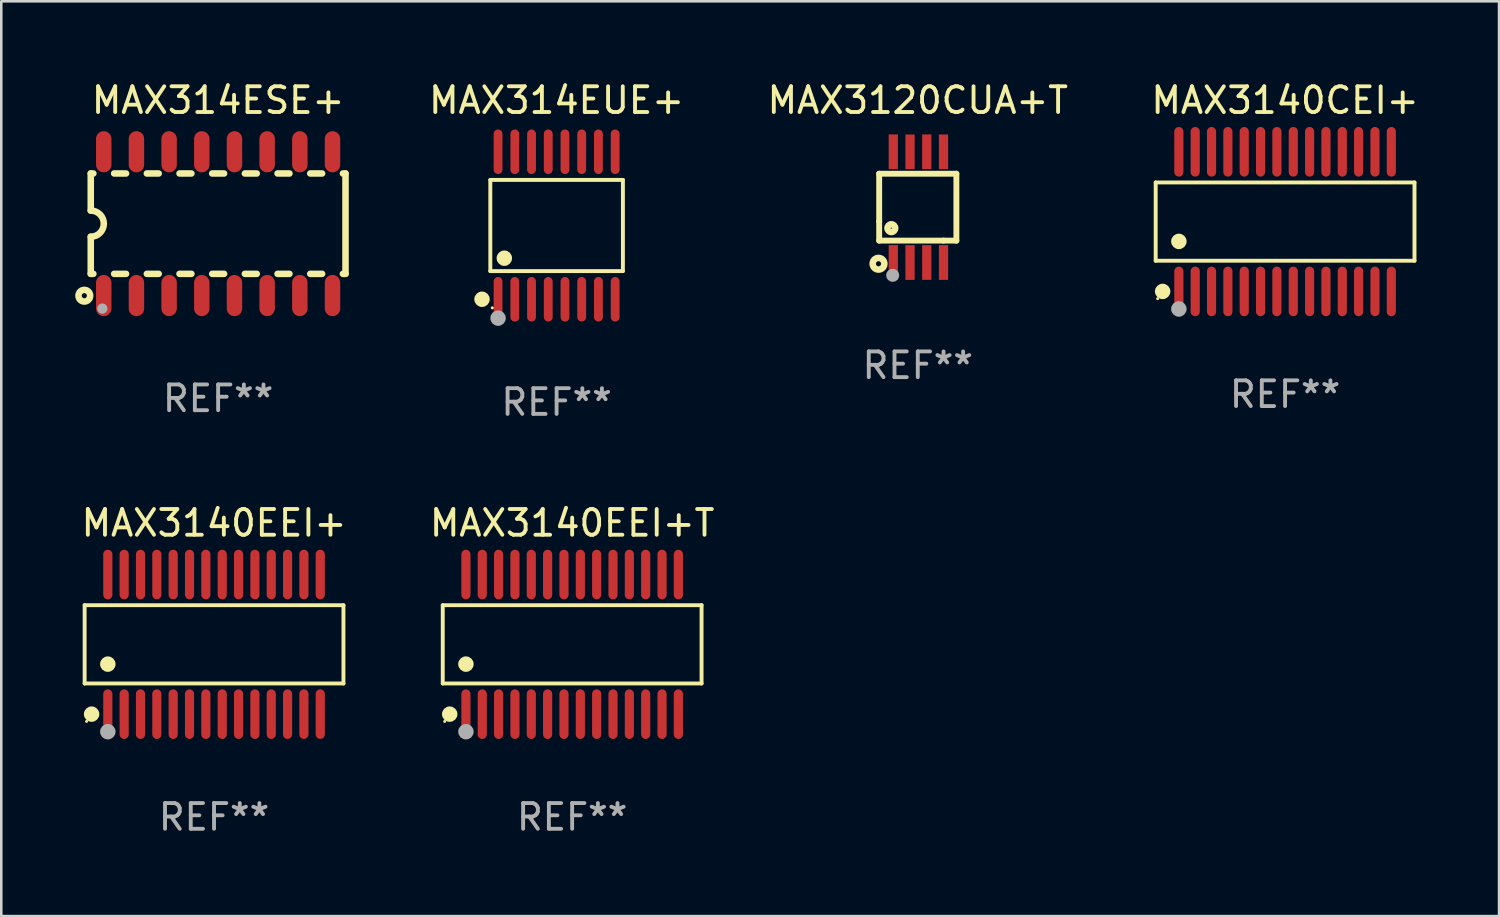
<source format=kicad_pcb>
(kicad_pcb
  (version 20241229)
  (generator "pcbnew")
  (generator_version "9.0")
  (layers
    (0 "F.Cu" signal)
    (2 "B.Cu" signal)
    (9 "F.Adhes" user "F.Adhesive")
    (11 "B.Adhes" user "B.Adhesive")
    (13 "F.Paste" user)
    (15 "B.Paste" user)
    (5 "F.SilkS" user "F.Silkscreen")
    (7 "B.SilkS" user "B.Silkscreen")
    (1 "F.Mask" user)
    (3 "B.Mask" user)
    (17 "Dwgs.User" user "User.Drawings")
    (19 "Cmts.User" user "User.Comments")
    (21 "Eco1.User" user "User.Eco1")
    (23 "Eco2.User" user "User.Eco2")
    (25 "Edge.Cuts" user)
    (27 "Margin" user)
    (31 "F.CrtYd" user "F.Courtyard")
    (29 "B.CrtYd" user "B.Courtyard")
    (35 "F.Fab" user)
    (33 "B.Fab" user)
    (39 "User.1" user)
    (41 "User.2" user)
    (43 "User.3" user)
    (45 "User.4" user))
  (footprint "MAX3140EEI+T"
    (layer "F.Cu")
    (at 19.185 21.99)
    (property "Reference" "MAX3140EEI+T" (at 0 -4.713 0) (layer "F.SilkS") (effects (font (size 1 1) (thickness 0.15))))
    (attr through_hole)
    (fp_line (start -5.029 -1.521) (end 5.029 -1.521) (stroke (width 0.152) (type solid)) (layer "F.SilkS"))
    (fp_line (start -5.029 1.521) (end -5.029 -1.521) (stroke (width 0.152) (type solid)) (layer "F.SilkS"))
    (fp_line (start 5.029 -1.521) (end 5.029 1.521) (stroke (width 0.152) (type solid)) (layer "F.SilkS"))
    (fp_line (start 5.029 1.521) (end -5.029 1.521) (stroke (width 0.152) (type solid)) (layer "F.SilkS"))
    (fp_circle (center -4.953 2.995) (end -4.923 2.995) (stroke (width 0.06) (type solid)) (fill no) (layer "F.SilkS"))
    (fp_circle (center -4.758 2.713) (end -4.608 2.713) (stroke (width 0.3) (type solid)) (fill no) (layer "F.SilkS"))
    (fp_circle (center -4.128 0.769) (end -3.977 0.769) (stroke (width 0.3) (type solid)) (fill no) (layer "F.SilkS"))
    (fp_circle (center -4.128 3.395) (end -3.977 3.395) (stroke (width 0.3) (type solid)) (fill no) (layer "F.Fab"))
    (fp_text user "REF**" (at 0 6.713 0) (layer "F.Fab") (effects (font (size 1 1) (thickness 0.15))))
    (pad "1" smd oval (at -4.128 2.713) (size 0.356 1.927) (layers "F.Cu" "F.Mask" "F.Paste"))
    (pad "2" smd oval (at -3.493 2.713) (size 0.356 1.927) (layers "F.Cu" "F.Mask" "F.Paste"))
    (pad "3" smd oval (at -2.858 2.713) (size 0.356 1.927) (layers "F.Cu" "F.Mask" "F.Paste"))
    (pad "4" smd oval (at -2.223 2.713) (size 0.356 1.927) (layers "F.Cu" "F.Mask" "F.Paste"))
    (pad "5" smd oval (at -1.588 2.713) (size 0.356 1.927) (layers "F.Cu" "F.Mask" "F.Paste"))
    (pad "6" smd oval (at -0.953 2.713) (size 0.356 1.927) (layers "F.Cu" "F.Mask" "F.Paste"))
    (pad "7" smd oval (at -0.318 2.713) (size 0.356 1.927) (layers "F.Cu" "F.Mask" "F.Paste"))
    (pad "8" smd oval (at 0.318 2.713) (size 0.356 1.927) (layers "F.Cu" "F.Mask" "F.Paste"))
    (pad "9" smd oval (at 0.953 2.713) (size 0.356 1.927) (layers "F.Cu" "F.Mask" "F.Paste"))
    (pad "10" smd oval (at 1.588 2.713) (size 0.356 1.927) (layers "F.Cu" "F.Mask" "F.Paste"))
    (pad "11" smd oval (at 2.223 2.713) (size 0.356 1.927) (layers "F.Cu" "F.Mask" "F.Paste"))
    (pad "12" smd oval (at 2.858 2.713) (size 0.356 1.927) (layers "F.Cu" "F.Mask" "F.Paste"))
    (pad "13" smd oval (at 3.493 2.713) (size 0.356 1.927) (layers "F.Cu" "F.Mask" "F.Paste"))
    (pad "14" smd oval (at 4.128 2.713) (size 0.356 1.927) (layers "F.Cu" "F.Mask" "F.Paste"))
    (pad "15" smd oval (at 4.128 -2.713) (size 0.356 1.927) (layers "F.Cu" "F.Mask" "F.Paste"))
    (pad "16" smd oval (at 3.493 -2.713) (size 0.356 1.927) (layers "F.Cu" "F.Mask" "F.Paste"))
    (pad "17" smd oval (at 2.858 -2.713) (size 0.356 1.927) (layers "F.Cu" "F.Mask" "F.Paste"))
    (pad "18" smd oval (at 2.223 -2.713) (size 0.356 1.927) (layers "F.Cu" "F.Mask" "F.Paste"))
    (pad "19" smd oval (at 1.588 -2.713) (size 0.356 1.927) (layers "F.Cu" "F.Mask" "F.Paste"))
    (pad "20" smd oval (at 0.953 -2.713) (size 0.356 1.927) (layers "F.Cu" "F.Mask" "F.Paste"))
    (pad "21" smd oval (at 0.318 -2.713) (size 0.356 1.927) (layers "F.Cu" "F.Mask" "F.Paste"))
    (pad "22" smd oval (at -0.318 -2.713) (size 0.356 1.927) (layers "F.Cu" "F.Mask" "F.Paste"))
    (pad "23" smd oval (at -0.953 -2.713) (size 0.356 1.927) (layers "F.Cu" "F.Mask" "F.Paste"))
    (pad "24" smd oval (at -1.588 -2.713) (size 0.356 1.927) (layers "F.Cu" "F.Mask" "F.Paste"))
    (pad "25" smd oval (at -2.223 -2.713) (size 0.356 1.927) (layers "F.Cu" "F.Mask" "F.Paste"))
    (pad "26" smd oval (at -2.858 -2.713) (size 0.356 1.927) (layers "F.Cu" "F.Mask" "F.Paste"))
    (pad "27" smd oval (at -3.493 -2.713) (size 0.356 1.927) (layers "F.Cu" "F.Mask" "F.Paste"))
    (pad "28" smd oval (at -4.128 -2.713) (size 0.356 1.927) (layers "F.Cu" "F.Mask" "F.Paste")))
  (footprint "MAX314EUE+"
    (layer "F.Cu")
    (at 18.581 5.714)
    (property "Reference" "MAX314EUE+" (at 0 -4.866 0) (layer "F.SilkS") (effects (font (size 1 1) (thickness 0.15))))
    (attr through_hole)
    (fp_line (start -2.576 -1.772) (end 2.576 -1.772) (stroke (width 0.152) (type solid)) (layer "F.SilkS"))
    (fp_line (start -2.576 1.771) (end -2.576 -1.772) (stroke (width 0.152) (type solid)) (layer "F.SilkS"))
    (fp_line (start 2.576 -1.772) (end 2.576 1.771) (stroke (width 0.152) (type solid)) (layer "F.SilkS"))
    (fp_line (start 2.576 1.771) (end -2.576 1.771) (stroke (width 0.152) (type solid)) (layer "F.SilkS"))
    (fp_circle (center -2.899 2.866) (end -2.749 2.866) (stroke (width 0.3) (type solid)) (fill no) (layer "F.SilkS"))
    (fp_circle (center -2.5 3.2) (end -2.47 3.2) (stroke (width 0.06) (type solid)) (fill no) (layer "F.SilkS"))
    (fp_circle (center -2.032 1.27) (end -1.882 1.27) (stroke (width 0.3) (type solid)) (fill no) (layer "F.SilkS"))
    (fp_circle (center -2.275 3.6) (end -2.125 3.6) (stroke (width 0.3) (type solid)) (fill no) (layer "F.Fab"))
    (fp_text user "REF**" (at 0 6.866 0) (layer "F.Fab") (effects (font (size 1 1) (thickness 0.15))))
    (pad "1" smd oval (at -2.275 2.866) (size 0.343 1.731) (layers "F.Cu" "F.Mask" "F.Paste"))
    (pad "2" smd oval (at -1.625 2.866) (size 0.343 1.731) (layers "F.Cu" "F.Mask" "F.Paste"))
    (pad "3" smd oval (at -0.975 2.866) (size 0.343 1.731) (layers "F.Cu" "F.Mask" "F.Paste"))
    (pad "4" smd oval (at -0.325 2.866) (size 0.343 1.731) (layers "F.Cu" "F.Mask" "F.Paste"))
    (pad "5" smd oval (at 0.325 2.866) (size 0.343 1.731) (layers "F.Cu" "F.Mask" "F.Paste"))
    (pad "6" smd oval (at 0.975 2.866) (size 0.343 1.731) (layers "F.Cu" "F.Mask" "F.Paste"))
    (pad "7" smd oval (at 1.625 2.866) (size 0.343 1.731) (layers "F.Cu" "F.Mask" "F.Paste"))
    (pad "8" smd oval (at 2.275 2.866) (size 0.343 1.731) (layers "F.Cu" "F.Mask" "F.Paste"))
    (pad "9" smd oval (at 2.275 -2.866) (size 0.343 1.731) (layers "F.Cu" "F.Mask" "F.Paste"))
    (pad "10" smd oval (at 1.625 -2.866) (size 0.343 1.731) (layers "F.Cu" "F.Mask" "F.Paste"))
    (pad "11" smd oval (at 0.975 -2.866) (size 0.343 1.731) (layers "F.Cu" "F.Mask" "F.Paste"))
    (pad "12" smd oval (at 0.325 -2.866) (size 0.343 1.731) (layers "F.Cu" "F.Mask" "F.Paste"))
    (pad "13" smd oval (at -0.325 -2.866) (size 0.343 1.731) (layers "F.Cu" "F.Mask" "F.Paste"))
    (pad "14" smd oval (at -0.975 -2.866) (size 0.343 1.731) (layers "F.Cu" "F.Mask" "F.Paste"))
    (pad "15" smd oval (at -1.625 -2.866) (size 0.343 1.731) (layers "F.Cu" "F.Mask" "F.Paste"))
    (pad "16" smd oval (at -2.275 -2.866) (size 0.343 1.731) (layers "F.Cu" "F.Mask" "F.Paste")))
  (footprint "MAX3140EEI+"
    (layer "F.Cu")
    (at 5.268 21.99)
    (property "Reference" "MAX3140EEI+" (at 0 -4.713 0) (layer "F.SilkS") (effects (font (size 1 1) (thickness 0.15))))
    (attr through_hole)
    (fp_line (start -5.029 -1.521) (end 5.029 -1.521) (stroke (width 0.152) (type solid)) (layer "F.SilkS"))
    (fp_line (start -5.029 1.521) (end -5.029 -1.521) (stroke (width 0.152) (type solid)) (layer "F.SilkS"))
    (fp_line (start 5.029 -1.521) (end 5.029 1.521) (stroke (width 0.152) (type solid)) (layer "F.SilkS"))
    (fp_line (start 5.029 1.521) (end -5.029 1.521) (stroke (width 0.152) (type solid)) (layer "F.SilkS"))
    (fp_circle (center -4.953 2.995) (end -4.923 2.995) (stroke (width 0.06) (type solid)) (fill no) (layer "F.SilkS"))
    (fp_circle (center -4.758 2.713) (end -4.608 2.713) (stroke (width 0.3) (type solid)) (fill no) (layer "F.SilkS"))
    (fp_circle (center -4.128 0.769) (end -3.977 0.769) (stroke (width 0.3) (type solid)) (fill no) (layer "F.SilkS"))
    (fp_circle (center -4.128 3.395) (end -3.977 3.395) (stroke (width 0.3) (type solid)) (fill no) (layer "F.Fab"))
    (fp_text user "REF**" (at 0 6.713 0) (layer "F.Fab") (effects (font (size 1 1) (thickness 0.15))))
    (pad "1" smd oval (at -4.128 2.713) (size 0.356 1.927) (layers "F.Cu" "F.Mask" "F.Paste"))
    (pad "2" smd oval (at -3.493 2.713) (size 0.356 1.927) (layers "F.Cu" "F.Mask" "F.Paste"))
    (pad "3" smd oval (at -2.858 2.713) (size 0.356 1.927) (layers "F.Cu" "F.Mask" "F.Paste"))
    (pad "4" smd oval (at -2.223 2.713) (size 0.356 1.927) (layers "F.Cu" "F.Mask" "F.Paste"))
    (pad "5" smd oval (at -1.588 2.713) (size 0.356 1.927) (layers "F.Cu" "F.Mask" "F.Paste"))
    (pad "6" smd oval (at -0.953 2.713) (size 0.356 1.927) (layers "F.Cu" "F.Mask" "F.Paste"))
    (pad "7" smd oval (at -0.318 2.713) (size 0.356 1.927) (layers "F.Cu" "F.Mask" "F.Paste"))
    (pad "8" smd oval (at 0.318 2.713) (size 0.356 1.927) (layers "F.Cu" "F.Mask" "F.Paste"))
    (pad "9" smd oval (at 0.953 2.713) (size 0.356 1.927) (layers "F.Cu" "F.Mask" "F.Paste"))
    (pad "10" smd oval (at 1.588 2.713) (size 0.356 1.927) (layers "F.Cu" "F.Mask" "F.Paste"))
    (pad "11" smd oval (at 2.223 2.713) (size 0.356 1.927) (layers "F.Cu" "F.Mask" "F.Paste"))
    (pad "12" smd oval (at 2.858 2.713) (size 0.356 1.927) (layers "F.Cu" "F.Mask" "F.Paste"))
    (pad "13" smd oval (at 3.493 2.713) (size 0.356 1.927) (layers "F.Cu" "F.Mask" "F.Paste"))
    (pad "14" smd oval (at 4.128 2.713) (size 0.356 1.927) (layers "F.Cu" "F.Mask" "F.Paste"))
    (pad "15" smd oval (at 4.128 -2.713) (size 0.356 1.927) (layers "F.Cu" "F.Mask" "F.Paste"))
    (pad "16" smd oval (at 3.493 -2.713) (size 0.356 1.927) (layers "F.Cu" "F.Mask" "F.Paste"))
    (pad "17" smd oval (at 2.858 -2.713) (size 0.356 1.927) (layers "F.Cu" "F.Mask" "F.Paste"))
    (pad "18" smd oval (at 2.223 -2.713) (size 0.356 1.927) (layers "F.Cu" "F.Mask" "F.Paste"))
    (pad "19" smd oval (at 1.588 -2.713) (size 0.356 1.927) (layers "F.Cu" "F.Mask" "F.Paste"))
    (pad "20" smd oval (at 0.953 -2.713) (size 0.356 1.927) (layers "F.Cu" "F.Mask" "F.Paste"))
    (pad "21" smd oval (at 0.318 -2.713) (size 0.356 1.927) (layers "F.Cu" "F.Mask" "F.Paste"))
    (pad "22" smd oval (at -0.318 -2.713) (size 0.356 1.927) (layers "F.Cu" "F.Mask" "F.Paste"))
    (pad "23" smd oval (at -0.953 -2.713) (size 0.356 1.927) (layers "F.Cu" "F.Mask" "F.Paste"))
    (pad "24" smd oval (at -1.588 -2.713) (size 0.356 1.927) (layers "F.Cu" "F.Mask" "F.Paste"))
    (pad "25" smd oval (at -2.223 -2.713) (size 0.356 1.927) (layers "F.Cu" "F.Mask" "F.Paste"))
    (pad "26" smd oval (at -2.858 -2.713) (size 0.356 1.927) (layers "F.Cu" "F.Mask" "F.Paste"))
    (pad "27" smd oval (at -3.493 -2.713) (size 0.356 1.927) (layers "F.Cu" "F.Mask" "F.Paste"))
    (pad "28" smd oval (at -4.128 -2.713) (size 0.356 1.927) (layers "F.Cu" "F.Mask" "F.Paste")))
  (footprint "MAX3140CEI+"
    (layer "F.Cu")
    (at 46.891 5.562)
    (property "Reference" "MAX3140CEI+" (at 0 -4.713 0) (layer "F.SilkS") (effects (font (size 1 1) (thickness 0.15))))
    (attr through_hole)
    (fp_line (start -5.029 -1.521) (end 5.029 -1.521) (stroke (width 0.152) (type solid)) (layer "F.SilkS"))
    (fp_line (start -5.029 1.521) (end -5.029 -1.521) (stroke (width 0.152) (type solid)) (layer "F.SilkS"))
    (fp_line (start 5.029 -1.521) (end 5.029 1.521) (stroke (width 0.152) (type solid)) (layer "F.SilkS"))
    (fp_line (start 5.029 1.521) (end -5.029 1.521) (stroke (width 0.152) (type solid)) (layer "F.SilkS"))
    (fp_circle (center -4.953 2.995) (end -4.923 2.995) (stroke (width 0.06) (type solid)) (fill no) (layer "F.SilkS"))
    (fp_circle (center -4.758 2.713) (end -4.608 2.713) (stroke (width 0.3) (type solid)) (fill no) (layer "F.SilkS"))
    (fp_circle (center -4.128 0.769) (end -3.977 0.769) (stroke (width 0.3) (type solid)) (fill no) (layer "F.SilkS"))
    (fp_circle (center -4.128 3.395) (end -3.977 3.395) (stroke (width 0.3) (type solid)) (fill no) (layer "F.Fab"))
    (fp_text user "REF**" (at 0 6.713 0) (layer "F.Fab") (effects (font (size 1 1) (thickness 0.15))))
    (pad "1" smd oval (at -4.128 2.713) (size 0.356 1.927) (layers "F.Cu" "F.Mask" "F.Paste"))
    (pad "2" smd oval (at -3.493 2.713) (size 0.356 1.927) (layers "F.Cu" "F.Mask" "F.Paste"))
    (pad "3" smd oval (at -2.858 2.713) (size 0.356 1.927) (layers "F.Cu" "F.Mask" "F.Paste"))
    (pad "4" smd oval (at -2.223 2.713) (size 0.356 1.927) (layers "F.Cu" "F.Mask" "F.Paste"))
    (pad "5" smd oval (at -1.588 2.713) (size 0.356 1.927) (layers "F.Cu" "F.Mask" "F.Paste"))
    (pad "6" smd oval (at -0.953 2.713) (size 0.356 1.927) (layers "F.Cu" "F.Mask" "F.Paste"))
    (pad "7" smd oval (at -0.318 2.713) (size 0.356 1.927) (layers "F.Cu" "F.Mask" "F.Paste"))
    (pad "8" smd oval (at 0.318 2.713) (size 0.356 1.927) (layers "F.Cu" "F.Mask" "F.Paste"))
    (pad "9" smd oval (at 0.953 2.713) (size 0.356 1.927) (layers "F.Cu" "F.Mask" "F.Paste"))
    (pad "10" smd oval (at 1.588 2.713) (size 0.356 1.927) (layers "F.Cu" "F.Mask" "F.Paste"))
    (pad "11" smd oval (at 2.223 2.713) (size 0.356 1.927) (layers "F.Cu" "F.Mask" "F.Paste"))
    (pad "12" smd oval (at 2.858 2.713) (size 0.356 1.927) (layers "F.Cu" "F.Mask" "F.Paste"))
    (pad "13" smd oval (at 3.493 2.713) (size 0.356 1.927) (layers "F.Cu" "F.Mask" "F.Paste"))
    (pad "14" smd oval (at 4.128 2.713) (size 0.356 1.927) (layers "F.Cu" "F.Mask" "F.Paste"))
    (pad "15" smd oval (at 4.128 -2.713) (size 0.356 1.927) (layers "F.Cu" "F.Mask" "F.Paste"))
    (pad "16" smd oval (at 3.493 -2.713) (size 0.356 1.927) (layers "F.Cu" "F.Mask" "F.Paste"))
    (pad "17" smd oval (at 2.858 -2.713) (size 0.356 1.927) (layers "F.Cu" "F.Mask" "F.Paste"))
    (pad "18" smd oval (at 2.223 -2.713) (size 0.356 1.927) (layers "F.Cu" "F.Mask" "F.Paste"))
    (pad "19" smd oval (at 1.588 -2.713) (size 0.356 1.927) (layers "F.Cu" "F.Mask" "F.Paste"))
    (pad "20" smd oval (at 0.953 -2.713) (size 0.356 1.927) (layers "F.Cu" "F.Mask" "F.Paste"))
    (pad "21" smd oval (at 0.318 -2.713) (size 0.356 1.927) (layers "F.Cu" "F.Mask" "F.Paste"))
    (pad "22" smd oval (at -0.318 -2.713) (size 0.356 1.927) (layers "F.Cu" "F.Mask" "F.Paste"))
    (pad "23" smd oval (at -0.953 -2.713) (size 0.356 1.927) (layers "F.Cu" "F.Mask" "F.Paste"))
    (pad "24" smd oval (at -1.588 -2.713) (size 0.356 1.927) (layers "F.Cu" "F.Mask" "F.Paste"))
    (pad "25" smd oval (at -2.223 -2.713) (size 0.356 1.927) (layers "F.Cu" "F.Mask" "F.Paste"))
    (pad "26" smd oval (at -2.858 -2.713) (size 0.356 1.927) (layers "F.Cu" "F.Mask" "F.Paste"))
    (pad "27" smd oval (at -3.493 -2.713) (size 0.356 1.927) (layers "F.Cu" "F.Mask" "F.Paste"))
    (pad "28" smd oval (at -4.128 -2.713) (size 0.356 1.927) (layers "F.Cu" "F.Mask" "F.Paste")))
  (footprint "MAX3120CUA+T"
    (layer "F.Cu")
    (at 32.617 5)
    (property "Reference" "MAX3120CUA+T" (at 0 -4.152 0) (layer "F.SilkS") (effects (font (size 1 1) (thickness 0.15))))
    (attr through_hole)
    (fp_line (start -1.5 1.301) (end 1 1.301) (stroke (width 0.229) (type solid)) (layer "F.SilkS"))
    (fp_line (start -1.5 -1.299) (end -1.5 0.551) (stroke (width 0.229) (type solid)) (layer "F.SilkS"))
    (fp_line (start -1.5 0.551) (end -1.5 1.301) (stroke (width 0.229) (type solid)) (layer "F.SilkS"))
    (fp_line (start 1 1.301) (end 1.5 1.301) (stroke (width 0.229) (type solid)) (layer "F.SilkS"))
    (fp_line (start 1.5 1.301) (end 1.5 -1.299) (stroke (width 0.229) (type solid)) (layer "F.SilkS"))
    (fp_line (start 1.5 -1.299) (end -1.5 -1.299) (stroke (width 0.229) (type solid)) (layer "F.SilkS"))
    (fp_circle (center -1.526 2.2) (end -1.426 2.2) (stroke (width 0.254) (type solid)) (fill no) (layer "F.SilkS"))
    (fp_circle (center -1.476 2.45) (end -1.446 2.45) (stroke (width 0.06) (type solid)) (fill no) (layer "F.SilkS"))
    (fp_circle (center -1.028 0.817) (end -0.878 0.817) (stroke (width 0.254) (type solid)) (fill no) (layer "F.SilkS"))
    (fp_circle (center -0.976 2.65) (end -0.849 2.65) (stroke (width 0.254) (type solid)) (fill no) (layer "F.Fab"))
    (fp_text user "REF**" (at 0 6.152 0) (layer "F.Fab") (effects (font (size 1 1) (thickness 0.15))))
    (pad "1" smd rect (at -0.951 2.15) (size 0.36 1.35) (layers "F.Cu" "F.Mask" "F.Paste"))
    (pad "2" smd rect (at -0.301 2.152) (size 0.36 1.35) (layers "F.Cu" "F.Mask" "F.Paste"))
    (pad "3" smd rect (at 0.349 2.151) (size 0.36 1.35) (layers "F.Cu" "F.Mask" "F.Paste"))
    (pad "4" smd rect (at 0.999 2.152) (size 0.36 1.35) (layers "F.Cu" "F.Mask" "F.Paste"))
    (pad "5" smd rect (at 0.999 -2.149) (size 0.36 1.35) (layers "F.Cu" "F.Mask" "F.Paste"))
    (pad "6" smd rect (at 0.349 -2.152) (size 0.36 1.35) (layers "F.Cu" "F.Mask" "F.Paste"))
    (pad "7" smd rect (at -0.301 -2.149) (size 0.36 1.35) (layers "F.Cu" "F.Mask" "F.Paste"))
    (pad "8" smd rect (at -0.951 -2.152) (size 0.36 1.35) (layers "F.Cu" "F.Mask" "F.Paste")))
  (footprint "MAX314ESE+"
    (layer "F.Cu")
    (at 5.427 5.642)
    (property "Reference" "MAX314ESE+" (at 0 -4.794 0) (layer "F.SilkS") (effects (font (size 1 1) (thickness 0.15))))
    (attr through_hole)
    (fp_line (start -4.95 -1.95) (end -4.95 -0.508) (stroke (width 0.254) (type solid)) (layer "F.SilkS"))
    (fp_line (start -4.95 -1.95) (end -4.849 -1.95) (stroke (width 0.254) (type solid)) (layer "F.SilkS"))
    (fp_line (start -4.95 1.95) (end -4.95 0.508) (stroke (width 0.254) (type solid)) (layer "F.SilkS"))
    (fp_line (start -4.95 1.95) (end -4.849 1.95) (stroke (width 0.254) (type solid)) (layer "F.SilkS"))
    (fp_line (start -4.041 -1.95) (end -3.579 -1.95) (stroke (width 0.254) (type solid)) (layer "F.SilkS"))
    (fp_line (start -4.041 1.95) (end -3.579 1.95) (stroke (width 0.254) (type solid)) (layer "F.SilkS"))
    (fp_line (start -2.771 -1.95) (end -2.309 -1.95) (stroke (width 0.254) (type solid)) (layer "F.SilkS"))
    (fp_line (start -2.771 1.95) (end -2.309 1.95) (stroke (width 0.254) (type solid)) (layer "F.SilkS"))
    (fp_line (start -1.501 -1.95) (end -1.039 -1.95) (stroke (width 0.254) (type solid)) (layer "F.SilkS"))
    (fp_line (start -1.501 1.95) (end -1.039 1.95) (stroke (width 0.254) (type solid)) (layer "F.SilkS"))
    (fp_line (start -0.231 -1.95) (end 0.231 -1.95) (stroke (width 0.254) (type solid)) (layer "F.SilkS"))
    (fp_line (start -0.231 1.95) (end 0.231 1.95) (stroke (width 0.254) (type solid)) (layer "F.SilkS"))
    (fp_line (start 1.039 -1.95) (end 1.501 -1.95) (stroke (width 0.254) (type solid)) (layer "F.SilkS"))
    (fp_line (start 1.039 1.95) (end 1.501 1.95) (stroke (width 0.254) (type solid)) (layer "F.SilkS"))
    (fp_line (start 2.309 -1.95) (end 2.771 -1.95) (stroke (width 0.254) (type solid)) (layer "F.SilkS"))
    (fp_line (start 2.309 1.95) (end 2.771 1.95) (stroke (width 0.254) (type solid)) (layer "F.SilkS"))
    (fp_line (start 3.579 -1.95) (end 4.041 -1.95) (stroke (width 0.254) (type solid)) (layer "F.SilkS"))
    (fp_line (start 3.579 1.95) (end 4.041 1.95) (stroke (width 0.254) (type solid)) (layer "F.SilkS"))
    (fp_line (start 4.849 -1.95) (end 4.95 -1.95) (stroke (width 0.254) (type solid)) (layer "F.SilkS"))
    (fp_line (start 4.849 1.95) (end 4.95 1.95) (stroke (width 0.254) (type solid)) (layer "F.SilkS"))
    (fp_line (start 4.95 -1.95) (end 4.95 1.95) (stroke (width 0.254) (type solid)) (layer "F.SilkS"))
    (fp_arc (start -4.95047 -0.508001) (mid -4.442469 -0.000228) (end -4.950013 0.508001) (stroke (width 0.254001) (type solid)) (layer "F.SilkS"))
    (fp_circle (center -5.2 2.8) (end -5.1 2.8) (stroke (width 0.254) (type solid)) (fill no) (layer "F.SilkS"))
    (fp_circle (center -4.95 2.947) (end -4.92 2.947) (stroke (width 0.06) (type solid)) (fill no) (layer "F.SilkS"))
    (fp_circle (center -4.5 3.3) (end -4.4 3.3) (stroke (width 0.2) (type solid)) (fill no) (layer "F.Fab"))
    (fp_text user "REF**" (at 0 6.794 0) (layer "F.Fab") (effects (font (size 1 1) (thickness 0.15))))
    (pad "1" smd oval (at -4.445 2.794) (size 0.6 1.6) (layers "F.Cu" "F.Mask" "F.Paste"))
    (pad "2" smd oval (at -3.175 2.794) (size 0.6 1.6) (layers "F.Cu" "F.Mask" "F.Paste"))
    (pad "3" smd oval (at -1.905 2.794) (size 0.6 1.6) (layers "F.Cu" "F.Mask" "F.Paste"))
    (pad "4" smd oval (at -0.635 2.794) (size 0.6 1.6) (layers "F.Cu" "F.Mask" "F.Paste"))
    (pad "5" smd oval (at 0.635 2.794) (size 0.6 1.6) (layers "F.Cu" "F.Mask" "F.Paste"))
    (pad "6" smd oval (at 1.905 2.794) (size 0.6 1.6) (layers "F.Cu" "F.Mask" "F.Paste"))
    (pad "7" smd oval (at 3.175 2.794) (size 0.6 1.6) (layers "F.Cu" "F.Mask" "F.Paste"))
    (pad "8" smd oval (at 4.445 2.794) (size 0.6 1.6) (layers "F.Cu" "F.Mask" "F.Paste"))
    (pad "9" smd oval (at 4.445 -2.794) (size 0.6 1.6) (layers "F.Cu" "F.Mask" "F.Paste"))
    (pad "10" smd oval (at 3.175 -2.794) (size 0.6 1.6) (layers "F.Cu" "F.Mask" "F.Paste"))
    (pad "11" smd oval (at 1.905 -2.794) (size 0.6 1.6) (layers "F.Cu" "F.Mask" "F.Paste"))
    (pad "12" smd oval (at 0.635 -2.794) (size 0.6 1.6) (layers "F.Cu" "F.Mask" "F.Paste"))
    (pad "13" smd oval (at -0.635 -2.794) (size 0.6 1.6) (layers "F.Cu" "F.Mask" "F.Paste"))
    (pad "14" smd oval (at -1.905 -2.794) (size 0.6 1.6) (layers "F.Cu" "F.Mask" "F.Paste"))
    (pad "15" smd oval (at -3.175 -2.794) (size 0.6 1.6) (layers "F.Cu" "F.Mask" "F.Paste"))
    (pad "16" smd oval (at -4.445 -2.794) (size 0.6 1.6) (layers "F.Cu" "F.Mask" "F.Paste")))
  (gr_rect
    (start -3 -3)
    (end 55.206 32.551)
    (stroke (width 0.1) (type default))
    (fill no)
    (layer "Edge.Cuts")))
</source>
